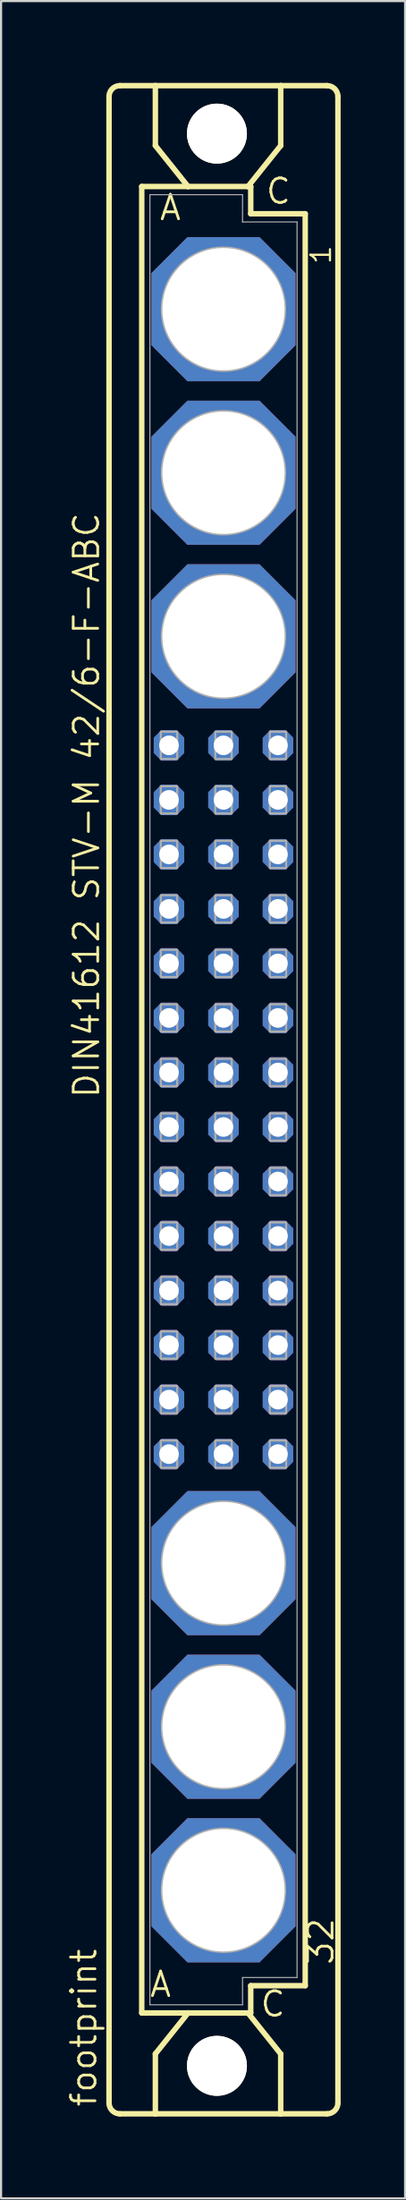
<source format=kicad_pcb>
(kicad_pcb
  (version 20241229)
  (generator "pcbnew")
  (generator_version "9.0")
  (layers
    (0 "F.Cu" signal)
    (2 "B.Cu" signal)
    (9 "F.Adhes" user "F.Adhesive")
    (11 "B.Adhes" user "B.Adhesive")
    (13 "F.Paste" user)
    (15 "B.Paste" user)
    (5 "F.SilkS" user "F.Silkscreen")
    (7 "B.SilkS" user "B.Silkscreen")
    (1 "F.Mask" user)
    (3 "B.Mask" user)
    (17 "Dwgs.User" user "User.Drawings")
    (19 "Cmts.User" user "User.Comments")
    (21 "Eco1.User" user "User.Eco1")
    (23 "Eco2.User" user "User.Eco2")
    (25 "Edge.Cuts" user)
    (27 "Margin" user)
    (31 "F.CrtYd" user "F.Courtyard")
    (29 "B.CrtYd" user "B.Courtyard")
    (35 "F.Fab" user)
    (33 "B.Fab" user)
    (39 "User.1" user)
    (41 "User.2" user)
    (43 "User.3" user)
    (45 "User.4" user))
  (footprint "footprint"
    (layer "F.Cu")
    (at 7.366 48.184)
    (property "Reference" "footprint" (at -5.842 46.99 90) (layer "F.SilkS") (effects (font (size 1.143 1.143) (thickness 0.127)) (justify left bottom)))
    (fp_line (start -5.334 46.736) (end -5.334 -46.736) (stroke (width 0.254) (type solid)) (layer "F.SilkS"))
    (fp_line (start -4.826 -47.244) (end -3.175 -47.244) (stroke (width 0.254) (type solid)) (layer "F.SilkS"))
    (fp_line (start -4.826 47.244) (end -3.175 47.244) (stroke (width 0.254) (type solid)) (layer "F.SilkS"))
    (fp_line (start -3.81 -42.545) (end -3.81 42.545) (stroke (width 0.254) (type solid)) (layer "F.SilkS"))
    (fp_line (start -3.81 42.545) (end -1.651 42.545) (stroke (width 0.254) (type solid)) (layer "F.SilkS"))
    (fp_line (start -3.175 -47.244) (end -3.175 -44.45) (stroke (width 0.254) (type solid)) (layer "F.SilkS"))
    (fp_line (start -3.175 47.244) (end -3.175 44.45) (stroke (width 0.254) (type solid)) (layer "F.SilkS"))
    (fp_line (start -3.175 47.244) (end 2.667 47.244) (stroke (width 0.254) (type solid)) (layer "F.SilkS"))
    (fp_line (start -1.651 -42.545) (end -3.81 -42.545) (stroke (width 0.254) (type solid)) (layer "F.SilkS"))
    (fp_line (start -1.651 -42.545) (end -3.175 -44.45) (stroke (width 0.254) (type solid)) (layer "F.SilkS"))
    (fp_line (start -1.651 42.545) (end -3.175 44.45) (stroke (width 0.254) (type solid)) (layer "F.SilkS"))
    (fp_line (start -1.651 42.545) (end 1.143 42.545) (stroke (width 0.254) (type solid)) (layer "F.SilkS"))
    (fp_line (start 1.143 -42.545) (end -1.651 -42.545) (stroke (width 0.254) (type solid)) (layer "F.SilkS"))
    (fp_line (start 1.143 -42.545) (end 2.667 -44.45) (stroke (width 0.254) (type solid)) (layer "F.SilkS"))
    (fp_line (start 1.143 42.545) (end 1.27 42.545) (stroke (width 0.254) (type solid)) (layer "F.SilkS"))
    (fp_line (start 1.143 42.545) (end 2.667 44.45) (stroke (width 0.254) (type solid)) (layer "F.SilkS"))
    (fp_line (start 1.27 -42.545) (end 1.143 -42.545) (stroke (width 0.254) (type solid)) (layer "F.SilkS"))
    (fp_line (start 1.27 -41.275) (end 1.27 -42.545) (stroke (width 0.254) (type solid)) (layer "F.SilkS"))
    (fp_line (start 1.27 41.275) (end 3.81 41.275) (stroke (width 0.254) (type solid)) (layer "F.SilkS"))
    (fp_line (start 1.27 42.545) (end 1.27 41.275) (stroke (width 0.254) (type solid)) (layer "F.SilkS"))
    (fp_line (start 2.667 -47.244) (end -3.175 -47.244) (stroke (width 0.254) (type solid)) (layer "F.SilkS"))
    (fp_line (start 2.667 -47.244) (end 2.667 -44.45) (stroke (width 0.254) (type solid)) (layer "F.SilkS"))
    (fp_line (start 2.667 47.244) (end 2.667 44.45) (stroke (width 0.254) (type solid)) (layer "F.SilkS"))
    (fp_line (start 2.667 47.244) (end 4.826 47.244) (stroke (width 0.254) (type solid)) (layer "F.SilkS"))
    (fp_line (start 3.81 -41.275) (end 1.27 -41.275) (stroke (width 0.254) (type solid)) (layer "F.SilkS"))
    (fp_line (start 3.81 41.275) (end 3.81 -41.275) (stroke (width 0.254) (type solid)) (layer "F.SilkS"))
    (fp_line (start 4.826 -47.244) (end 2.667 -47.244) (stroke (width 0.254) (type solid)) (layer "F.SilkS"))
    (fp_line (start 5.334 46.736) (end 5.334 -46.736) (stroke (width 0.254) (type solid)) (layer "F.SilkS"))
    (fp_arc (start -5.334 -46.736) (mid -5.18521 -47.09521) (end -4.826 -47.244) (stroke (width 0.254) (type solid)) (layer "F.SilkS"))
    (fp_arc (start -4.826 47.244) (mid -5.18521 47.09521) (end -5.334 46.736) (stroke (width 0.254) (type solid)) (layer "F.SilkS"))
    (fp_arc (start 4.826 -47.244) (mid 5.18521 -47.09521) (end 5.334 -46.736) (stroke (width 0.254) (type solid)) (layer "F.SilkS"))
    (fp_arc (start 5.334 46.736) (mid 5.18521 47.09521) (end 4.826 47.244) (stroke (width 0.254) (type solid)) (layer "F.SilkS"))
    (fp_circle (center -0.305 -45.009) (end 0.965 -45.009) (stroke (width 0.254) (type solid)) (fill no) (layer "F.SilkS"))
    (fp_circle (center -0.305 45.009) (end 0.965 45.009) (stroke (width 0.254) (type solid)) (fill no) (layer "F.SilkS"))
    (fp_line (start -3.429 -42.164) (end -3.429 42.164) (stroke (width 0.051) (type solid)) (layer "F.Fab"))
    (fp_line (start -3.429 -42.164) (end 0.889 -42.164) (stroke (width 0.051) (type solid)) (layer "F.Fab"))
    (fp_line (start -3.429 42.164) (end 0.889 42.164) (stroke (width 0.051) (type solid)) (layer "F.Fab"))
    (fp_line (start 0.889 -42.164) (end 0.889 -40.894) (stroke (width 0.051) (type solid)) (layer "F.Fab"))
    (fp_line (start 0.889 -40.894) (end 3.429 -40.894) (stroke (width 0.051) (type solid)) (layer "F.Fab"))
    (fp_line (start 0.889 40.894) (end 3.429 40.894) (stroke (width 0.051) (type solid)) (layer "F.Fab"))
    (fp_line (start 0.889 42.164) (end 0.889 40.894) (stroke (width 0.051) (type solid)) (layer "F.Fab"))
    (fp_line (start 3.429 -40.894) (end 3.429 40.894) (stroke (width 0.051) (type solid)) (layer "F.Fab"))
    (fp_circle (center 0 -36.83) (end 2.794 -36.83) (stroke (width 0.254) (type solid)) (fill no) (layer "F.Fab"))
    (fp_circle (center 0 -29.21) (end 2.794 -29.21) (stroke (width 0.254) (type solid)) (fill no) (layer "F.Fab"))
    (fp_circle (center 0 -21.59) (end 2.794 -21.59) (stroke (width 0.254) (type solid)) (fill no) (layer "F.Fab"))
    (fp_circle (center 0 21.59) (end 2.794 21.59) (stroke (width 0.254) (type solid)) (fill no) (layer "F.Fab"))
    (fp_circle (center 0 29.21) (end 2.794 29.21) (stroke (width 0.254) (type solid)) (fill no) (layer "F.Fab"))
    (fp_circle (center 0 36.83) (end 2.794 36.83) (stroke (width 0.254) (type solid)) (fill no) (layer "F.Fab"))
    (fp_poly (pts (xy -2.921 -15.875) (xy -2.159 -15.875) (xy -2.159 -17.145) (xy -2.921 -17.145)) (stroke (width 0.1) (type solid)) (fill no) (layer "F.Fab"))
    (fp_poly (pts (xy -2.921 -13.335) (xy -2.159 -13.335) (xy -2.159 -14.605) (xy -2.921 -14.605)) (stroke (width 0.1) (type solid)) (fill no) (layer "F.Fab"))
    (fp_poly (pts (xy -2.921 -10.795) (xy -2.159 -10.795) (xy -2.159 -12.065) (xy -2.921 -12.065)) (stroke (width 0.1) (type solid)) (fill no) (layer "F.Fab"))
    (fp_poly (pts (xy -2.921 -8.255) (xy -2.159 -8.255) (xy -2.159 -9.525) (xy -2.921 -9.525)) (stroke (width 0.1) (type solid)) (fill no) (layer "F.Fab"))
    (fp_poly (pts (xy -2.921 -5.715) (xy -2.159 -5.715) (xy -2.159 -6.985) (xy -2.921 -6.985)) (stroke (width 0.1) (type solid)) (fill no) (layer "F.Fab"))
    (fp_poly (pts (xy -2.921 -3.175) (xy -2.159 -3.175) (xy -2.159 -4.445) (xy -2.921 -4.445)) (stroke (width 0.1) (type solid)) (fill no) (layer "F.Fab"))
    (fp_poly (pts (xy -2.921 -0.635) (xy -2.159 -0.635) (xy -2.159 -1.905) (xy -2.921 -1.905)) (stroke (width 0.1) (type solid)) (fill no) (layer "F.Fab"))
    (fp_poly (pts (xy -2.921 1.905) (xy -2.159 1.905) (xy -2.159 0.635) (xy -2.921 0.635)) (stroke (width 0.1) (type solid)) (fill no) (layer "F.Fab"))
    (fp_poly (pts (xy -2.921 4.445) (xy -2.159 4.445) (xy -2.159 3.175) (xy -2.921 3.175)) (stroke (width 0.1) (type solid)) (fill no) (layer "F.Fab"))
    (fp_poly (pts (xy -2.921 6.985) (xy -2.159 6.985) (xy -2.159 5.715) (xy -2.921 5.715)) (stroke (width 0.1) (type solid)) (fill no) (layer "F.Fab"))
    (fp_poly (pts (xy -2.921 9.525) (xy -2.159 9.525) (xy -2.159 8.255) (xy -2.921 8.255)) (stroke (width 0.1) (type solid)) (fill no) (layer "F.Fab"))
    (fp_poly (pts (xy -2.921 12.065) (xy -2.159 12.065) (xy -2.159 10.795) (xy -2.921 10.795)) (stroke (width 0.1) (type solid)) (fill no) (layer "F.Fab"))
    (fp_poly (pts (xy -2.921 14.605) (xy -2.159 14.605) (xy -2.159 13.335) (xy -2.921 13.335)) (stroke (width 0.1) (type solid)) (fill no) (layer "F.Fab"))
    (fp_poly (pts (xy -2.921 17.145) (xy -2.159 17.145) (xy -2.159 15.875) (xy -2.921 15.875)) (stroke (width 0.1) (type solid)) (fill no) (layer "F.Fab"))
    (fp_poly (pts (xy -0.381 -15.875) (xy 0.381 -15.875) (xy 0.381 -17.145) (xy -0.381 -17.145)) (stroke (width 0.1) (type solid)) (fill no) (layer "F.Fab"))
    (fp_poly (pts (xy -0.381 -13.335) (xy 0.381 -13.335) (xy 0.381 -14.605) (xy -0.381 -14.605)) (stroke (width 0.1) (type solid)) (fill no) (layer "F.Fab"))
    (fp_poly (pts (xy -0.381 -10.795) (xy 0.381 -10.795) (xy 0.381 -12.065) (xy -0.381 -12.065)) (stroke (width 0.1) (type solid)) (fill no) (layer "F.Fab"))
    (fp_poly (pts (xy -0.381 -8.255) (xy 0.381 -8.255) (xy 0.381 -9.525) (xy -0.381 -9.525)) (stroke (width 0.1) (type solid)) (fill no) (layer "F.Fab"))
    (fp_poly (pts (xy -0.381 -5.715) (xy 0.381 -5.715) (xy 0.381 -6.985) (xy -0.381 -6.985)) (stroke (width 0.1) (type solid)) (fill no) (layer "F.Fab"))
    (fp_poly (pts (xy -0.381 -3.175) (xy 0.381 -3.175) (xy 0.381 -4.445) (xy -0.381 -4.445)) (stroke (width 0.1) (type solid)) (fill no) (layer "F.Fab"))
    (fp_poly (pts (xy -0.381 -0.635) (xy 0.381 -0.635) (xy 0.381 -1.905) (xy -0.381 -1.905)) (stroke (width 0.1) (type solid)) (fill no) (layer "F.Fab"))
    (fp_poly (pts (xy -0.381 1.905) (xy 0.381 1.905) (xy 0.381 0.635) (xy -0.381 0.635)) (stroke (width 0.1) (type solid)) (fill no) (layer "F.Fab"))
    (fp_poly (pts (xy -0.381 4.445) (xy 0.381 4.445) (xy 0.381 3.175) (xy -0.381 3.175)) (stroke (width 0.1) (type solid)) (fill no) (layer "F.Fab"))
    (fp_poly (pts (xy -0.381 6.985) (xy 0.381 6.985) (xy 0.381 5.715) (xy -0.381 5.715)) (stroke (width 0.1) (type solid)) (fill no) (layer "F.Fab"))
    (fp_poly (pts (xy -0.381 9.525) (xy 0.381 9.525) (xy 0.381 8.255) (xy -0.381 8.255)) (stroke (width 0.1) (type solid)) (fill no) (layer "F.Fab"))
    (fp_poly (pts (xy -0.381 12.065) (xy 0.381 12.065) (xy 0.381 10.795) (xy -0.381 10.795)) (stroke (width 0.1) (type solid)) (fill no) (layer "F.Fab"))
    (fp_poly (pts (xy -0.381 14.605) (xy 0.381 14.605) (xy 0.381 13.335) (xy -0.381 13.335)) (stroke (width 0.1) (type solid)) (fill no) (layer "F.Fab"))
    (fp_poly (pts (xy -0.381 17.145) (xy 0.381 17.145) (xy 0.381 15.875) (xy -0.381 15.875)) (stroke (width 0.1) (type solid)) (fill no) (layer "F.Fab"))
    (fp_poly (pts (xy 2.159 -15.875) (xy 2.921 -15.875) (xy 2.921 -17.145) (xy 2.159 -17.145)) (stroke (width 0.1) (type solid)) (fill no) (layer "F.Fab"))
    (fp_poly (pts (xy 2.159 -13.335) (xy 2.921 -13.335) (xy 2.921 -14.605) (xy 2.159 -14.605)) (stroke (width 0.1) (type solid)) (fill no) (layer "F.Fab"))
    (fp_poly (pts (xy 2.159 -10.795) (xy 2.921 -10.795) (xy 2.921 -12.065) (xy 2.159 -12.065)) (stroke (width 0.1) (type solid)) (fill no) (layer "F.Fab"))
    (fp_poly (pts (xy 2.159 -8.255) (xy 2.921 -8.255) (xy 2.921 -9.525) (xy 2.159 -9.525)) (stroke (width 0.1) (type solid)) (fill no) (layer "F.Fab"))
    (fp_poly (pts (xy 2.159 -5.715) (xy 2.921 -5.715) (xy 2.921 -6.985) (xy 2.159 -6.985)) (stroke (width 0.1) (type solid)) (fill no) (layer "F.Fab"))
    (fp_poly (pts (xy 2.159 -3.175) (xy 2.921 -3.175) (xy 2.921 -4.445) (xy 2.159 -4.445)) (stroke (width 0.1) (type solid)) (fill no) (layer "F.Fab"))
    (fp_poly (pts (xy 2.159 -0.635) (xy 2.921 -0.635) (xy 2.921 -1.905) (xy 2.159 -1.905)) (stroke (width 0.1) (type solid)) (fill no) (layer "F.Fab"))
    (fp_poly (pts (xy 2.159 1.905) (xy 2.921 1.905) (xy 2.921 0.635) (xy 2.159 0.635)) (stroke (width 0.1) (type solid)) (fill no) (layer "F.Fab"))
    (fp_poly (pts (xy 2.159 4.445) (xy 2.921 4.445) (xy 2.921 3.175) (xy 2.159 3.175)) (stroke (width 0.1) (type solid)) (fill no) (layer "F.Fab"))
    (fp_poly (pts (xy 2.159 6.985) (xy 2.921 6.985) (xy 2.921 5.715) (xy 2.159 5.715)) (stroke (width 0.1) (type solid)) (fill no) (layer "F.Fab"))
    (fp_poly (pts (xy 2.159 9.525) (xy 2.921 9.525) (xy 2.921 8.255) (xy 2.159 8.255)) (stroke (width 0.1) (type solid)) (fill no) (layer "F.Fab"))
    (fp_poly (pts (xy 2.159 12.065) (xy 2.921 12.065) (xy 2.921 10.795) (xy 2.159 10.795)) (stroke (width 0.1) (type solid)) (fill no) (layer "F.Fab"))
    (fp_poly (pts (xy 2.159 14.605) (xy 2.921 14.605) (xy 2.921 13.335) (xy 2.159 13.335)) (stroke (width 0.1) (type solid)) (fill no) (layer "F.Fab"))
    (fp_poly (pts (xy 2.159 17.145) (xy 2.921 17.145) (xy 2.921 15.875) (xy 2.159 15.875)) (stroke (width 0.1) (type solid)) (fill no) (layer "F.Fab"))
    (fp_text user "1" (at 5.08 -38.862 90) (layer "F.SilkS") (effects (font (size 0.914 0.914) (thickness 0.102)) (justify left bottom)))
    (fp_text user "DIN41612 STV-M 42/6-F-ABC" (at -5.715 0 90) (layer "F.SilkS") (effects (font (size 1.143 1.143) (thickness 0.127)) (justify left bottom)))
    (fp_text user "32" (at 5.207 40.386 90) (layer "F.SilkS") (effects (font (size 1.143 1.143) (thickness 0.127)) (justify left bottom)))
    (fp_text user " C " (at 0.778 42.799 0) (layer "F.SilkS") (effects (font (size 1.143 1.143) (thickness 0.127)) (justify left bottom)))
    (fp_text user " A " (at -4.375 41.883 0) (layer "F.SilkS") (effects (font (size 1.143 1.143) (thickness 0.127)) (justify left bottom)))
    (fp_text user "C" (at 1.905 -41.656 0) (layer "F.SilkS") (effects (font (size 1.143 1.143) (thickness 0.127)) (justify left bottom)))
    (fp_text user "A" (at -3.048 -40.894 0) (layer "F.SilkS") (effects (font (size 1.143 1.143) (thickness 0.127)) (justify left bottom)))
    (pad "" np_thru_hole circle (at -0.305 -45.009) (size 2.794 2.794) (drill 2.794) (layers "*.Cu" "*.Mask"))
    (pad "" np_thru_hole circle (at -0.305 45.009) (size 2.794 2.794) (drill 2.794) (layers "*.Cu" "*.Mask"))
    (pad "1" thru_hole roundrect (at 0 -36.83) (size 6.716 6.716) (drill 5.7) (layers "*.Cu" "*.Mask") (roundrect_rratio 0.25) (chamfer_ratio 0.25) (chamfer top_left top_right bottom_left bottom_right))
    (pad "2" thru_hole roundrect (at 0 -29.21) (size 6.716 6.716) (drill 5.7) (layers "*.Cu" "*.Mask") (roundrect_rratio 0.25) (chamfer_ratio 0.25) (chamfer top_left top_right bottom_left bottom_right))
    (pad "3" thru_hole roundrect (at 0 -21.59) (size 6.716 6.716) (drill 5.7) (layers "*.Cu" "*.Mask") (roundrect_rratio 0.25) (chamfer_ratio 0.25) (chamfer top_left top_right bottom_left bottom_right))
    (pad "4" thru_hole roundrect (at 0 21.59) (size 6.716 6.716) (drill 5.7) (layers "*.Cu" "*.Mask") (roundrect_rratio 0.25) (chamfer_ratio 0.25) (chamfer top_left top_right bottom_left bottom_right))
    (pad "5" thru_hole roundrect (at 0 29.21) (size 6.716 6.716) (drill 5.7) (layers "*.Cu" "*.Mask") (roundrect_rratio 0.25) (chamfer_ratio 0.25) (chamfer top_left top_right bottom_left bottom_right))
    (pad "6" thru_hole roundrect (at 0 36.83) (size 6.716 6.716) (drill 5.7) (layers "*.Cu" "*.Mask") (roundrect_rratio 0.25) (chamfer_ratio 0.25) (chamfer top_left top_right bottom_left bottom_right))
    (pad "A10" thru_hole roundrect (at -2.54 -16.51) (size 1.422 1.422) (drill 0.914) (layers "*.Cu" "*.Mask") (roundrect_rratio 0.25) (chamfer_ratio 0.25) (chamfer top_left top_right bottom_left bottom_right))
    (pad "A11" thru_hole roundrect (at -2.54 -13.97) (size 1.422 1.422) (drill 0.914) (layers "*.Cu" "*.Mask") (roundrect_rratio 0.25) (chamfer_ratio 0.25) (chamfer top_left top_right bottom_left bottom_right))
    (pad "A12" thru_hole roundrect (at -2.54 -11.43) (size 1.422 1.422) (drill 0.914) (layers "*.Cu" "*.Mask") (roundrect_rratio 0.25) (chamfer_ratio 0.25) (chamfer top_left top_right bottom_left bottom_right))
    (pad "A13" thru_hole roundrect (at -2.54 -8.89) (size 1.422 1.422) (drill 0.914) (layers "*.Cu" "*.Mask") (roundrect_rratio 0.25) (chamfer_ratio 0.25) (chamfer top_left top_right bottom_left bottom_right))
    (pad "A14" thru_hole roundrect (at -2.54 -6.35) (size 1.422 1.422) (drill 0.914) (layers "*.Cu" "*.Mask") (roundrect_rratio 0.25) (chamfer_ratio 0.25) (chamfer top_left top_right bottom_left bottom_right))
    (pad "A15" thru_hole roundrect (at -2.54 -3.81) (size 1.422 1.422) (drill 0.914) (layers "*.Cu" "*.Mask") (roundrect_rratio 0.25) (chamfer_ratio 0.25) (chamfer top_left top_right bottom_left bottom_right))
    (pad "A16" thru_hole roundrect (at -2.54 -1.27) (size 1.422 1.422) (drill 0.914) (layers "*.Cu" "*.Mask") (roundrect_rratio 0.25) (chamfer_ratio 0.25) (chamfer top_left top_right bottom_left bottom_right))
    (pad "A17" thru_hole roundrect (at -2.54 1.27) (size 1.422 1.422) (drill 0.914) (layers "*.Cu" "*.Mask") (roundrect_rratio 0.25) (chamfer_ratio 0.25) (chamfer top_left top_right bottom_left bottom_right))
    (pad "A18" thru_hole roundrect (at -2.54 3.81) (size 1.422 1.422) (drill 0.914) (layers "*.Cu" "*.Mask") (roundrect_rratio 0.25) (chamfer_ratio 0.25) (chamfer top_left top_right bottom_left bottom_right))
    (pad "A19" thru_hole roundrect (at -2.54 6.35) (size 1.422 1.422) (drill 0.914) (layers "*.Cu" "*.Mask") (roundrect_rratio 0.25) (chamfer_ratio 0.25) (chamfer top_left top_right bottom_left bottom_right))
    (pad "A20" thru_hole roundrect (at -2.54 8.89) (size 1.422 1.422) (drill 0.914) (layers "*.Cu" "*.Mask") (roundrect_rratio 0.25) (chamfer_ratio 0.25) (chamfer top_left top_right bottom_left bottom_right))
    (pad "A21" thru_hole roundrect (at -2.54 11.43) (size 1.422 1.422) (drill 0.914) (layers "*.Cu" "*.Mask") (roundrect_rratio 0.25) (chamfer_ratio 0.25) (chamfer top_left top_right bottom_left bottom_right))
    (pad "A22" thru_hole roundrect (at -2.54 13.97) (size 1.422 1.422) (drill 0.914) (layers "*.Cu" "*.Mask") (roundrect_rratio 0.25) (chamfer_ratio 0.25) (chamfer top_left top_right bottom_left bottom_right))
    (pad "A23" thru_hole roundrect (at -2.54 16.51) (size 1.422 1.422) (drill 0.914) (layers "*.Cu" "*.Mask") (roundrect_rratio 0.25) (chamfer_ratio 0.25) (chamfer top_left top_right bottom_left bottom_right))
    (pad "B10" thru_hole roundrect (at 0 -16.51) (size 1.422 1.422) (drill 0.914) (layers "*.Cu" "*.Mask") (roundrect_rratio 0.25) (chamfer_ratio 0.25) (chamfer top_left top_right bottom_left bottom_right))
    (pad "B11" thru_hole roundrect (at 0 -13.97) (size 1.422 1.422) (drill 0.914) (layers "*.Cu" "*.Mask") (roundrect_rratio 0.25) (chamfer_ratio 0.25) (chamfer top_left top_right bottom_left bottom_right))
    (pad "B12" thru_hole roundrect (at 0 -11.43) (size 1.422 1.422) (drill 0.914) (layers "*.Cu" "*.Mask") (roundrect_rratio 0.25) (chamfer_ratio 0.25) (chamfer top_left top_right bottom_left bottom_right))
    (pad "B13" thru_hole roundrect (at 0 -8.89) (size 1.422 1.422) (drill 0.914) (layers "*.Cu" "*.Mask") (roundrect_rratio 0.25) (chamfer_ratio 0.25) (chamfer top_left top_right bottom_left bottom_right))
    (pad "B14" thru_hole roundrect (at 0 -6.35) (size 1.422 1.422) (drill 0.914) (layers "*.Cu" "*.Mask") (roundrect_rratio 0.25) (chamfer_ratio 0.25) (chamfer top_left top_right bottom_left bottom_right))
    (pad "B15" thru_hole roundrect (at 0 -3.81) (size 1.422 1.422) (drill 0.914) (layers "*.Cu" "*.Mask") (roundrect_rratio 0.25) (chamfer_ratio 0.25) (chamfer top_left top_right bottom_left bottom_right))
    (pad "B16" thru_hole roundrect (at 0 -1.27) (size 1.422 1.422) (drill 0.914) (layers "*.Cu" "*.Mask") (roundrect_rratio 0.25) (chamfer_ratio 0.25) (chamfer top_left top_right bottom_left bottom_right))
    (pad "B17" thru_hole roundrect (at 0 1.27) (size 1.422 1.422) (drill 0.914) (layers "*.Cu" "*.Mask") (roundrect_rratio 0.25) (chamfer_ratio 0.25) (chamfer top_left top_right bottom_left bottom_right))
    (pad "B18" thru_hole roundrect (at 0 3.81) (size 1.422 1.422) (drill 0.914) (layers "*.Cu" "*.Mask") (roundrect_rratio 0.25) (chamfer_ratio 0.25) (chamfer top_left top_right bottom_left bottom_right))
    (pad "B19" thru_hole roundrect (at 0 6.35) (size 1.422 1.422) (drill 0.914) (layers "*.Cu" "*.Mask") (roundrect_rratio 0.25) (chamfer_ratio 0.25) (chamfer top_left top_right bottom_left bottom_right))
    (pad "B20" thru_hole roundrect (at 0 8.89) (size 1.422 1.422) (drill 0.914) (layers "*.Cu" "*.Mask") (roundrect_rratio 0.25) (chamfer_ratio 0.25) (chamfer top_left top_right bottom_left bottom_right))
    (pad "B21" thru_hole roundrect (at 0 11.43) (size 1.422 1.422) (drill 0.914) (layers "*.Cu" "*.Mask") (roundrect_rratio 0.25) (chamfer_ratio 0.25) (chamfer top_left top_right bottom_left bottom_right))
    (pad "B22" thru_hole roundrect (at 0 13.97) (size 1.422 1.422) (drill 0.914) (layers "*.Cu" "*.Mask") (roundrect_rratio 0.25) (chamfer_ratio 0.25) (chamfer top_left top_right bottom_left bottom_right))
    (pad "B23" thru_hole roundrect (at 0 16.51) (size 1.422 1.422) (drill 0.914) (layers "*.Cu" "*.Mask") (roundrect_rratio 0.25) (chamfer_ratio 0.25) (chamfer top_left top_right bottom_left bottom_right))
    (pad "C10" thru_hole roundrect (at 2.54 -16.51) (size 1.422 1.422) (drill 0.914) (layers "*.Cu" "*.Mask") (roundrect_rratio 0.25) (chamfer_ratio 0.25) (chamfer top_left top_right bottom_left bottom_right))
    (pad "C11" thru_hole roundrect (at 2.54 -13.97) (size 1.422 1.422) (drill 0.914) (layers "*.Cu" "*.Mask") (roundrect_rratio 0.25) (chamfer_ratio 0.25) (chamfer top_left top_right bottom_left bottom_right))
    (pad "C12" thru_hole roundrect (at 2.54 -11.43) (size 1.422 1.422) (drill 0.914) (layers "*.Cu" "*.Mask") (roundrect_rratio 0.25) (chamfer_ratio 0.25) (chamfer top_left top_right bottom_left bottom_right))
    (pad "C13" thru_hole roundrect (at 2.54 -8.89) (size 1.422 1.422) (drill 0.914) (layers "*.Cu" "*.Mask") (roundrect_rratio 0.25) (chamfer_ratio 0.25) (chamfer top_left top_right bottom_left bottom_right))
    (pad "C14" thru_hole roundrect (at 2.54 -6.35) (size 1.422 1.422) (drill 0.914) (layers "*.Cu" "*.Mask") (roundrect_rratio 0.25) (chamfer_ratio 0.25) (chamfer top_left top_right bottom_left bottom_right))
    (pad "C15" thru_hole roundrect (at 2.54 -3.81) (size 1.422 1.422) (drill 0.914) (layers "*.Cu" "*.Mask") (roundrect_rratio 0.25) (chamfer_ratio 0.25) (chamfer top_left top_right bottom_left bottom_right))
    (pad "C16" thru_hole roundrect (at 2.54 -1.27) (size 1.422 1.422) (drill 0.914) (layers "*.Cu" "*.Mask") (roundrect_rratio 0.25) (chamfer_ratio 0.25) (chamfer top_left top_right bottom_left bottom_right))
    (pad "C17" thru_hole roundrect (at 2.54 1.27) (size 1.422 1.422) (drill 0.914) (layers "*.Cu" "*.Mask") (roundrect_rratio 0.25) (chamfer_ratio 0.25) (chamfer top_left top_right bottom_left bottom_right))
    (pad "C18" thru_hole roundrect (at 2.54 3.81) (size 1.422 1.422) (drill 0.914) (layers "*.Cu" "*.Mask") (roundrect_rratio 0.25) (chamfer_ratio 0.25) (chamfer top_left top_right bottom_left bottom_right))
    (pad "C19" thru_hole roundrect (at 2.54 6.35) (size 1.422 1.422) (drill 0.914) (layers "*.Cu" "*.Mask") (roundrect_rratio 0.25) (chamfer_ratio 0.25) (chamfer top_left top_right bottom_left bottom_right))
    (pad "C20" thru_hole roundrect (at 2.54 8.89) (size 1.422 1.422) (drill 0.914) (layers "*.Cu" "*.Mask") (roundrect_rratio 0.25) (chamfer_ratio 0.25) (chamfer top_left top_right bottom_left bottom_right))
    (pad "C21" thru_hole roundrect (at 2.54 11.43) (size 1.422 1.422) (drill 0.914) (layers "*.Cu" "*.Mask") (roundrect_rratio 0.25) (chamfer_ratio 0.25) (chamfer top_left top_right bottom_left bottom_right))
    (pad "C22" thru_hole roundrect (at 2.54 13.97) (size 1.422 1.422) (drill 0.914) (layers "*.Cu" "*.Mask") (roundrect_rratio 0.25) (chamfer_ratio 0.25) (chamfer top_left top_right bottom_left bottom_right))
    (pad "C23" thru_hole roundrect (at 2.54 16.51) (size 1.422 1.422) (drill 0.914) (layers "*.Cu" "*.Mask") (roundrect_rratio 0.25) (chamfer_ratio 0.25) (chamfer top_left top_right bottom_left bottom_right))
    (zone (net_name "") (layers "F.Cu" "B.Cu") (hatch edge 0.508) (connect_pads) (min_thickness 0.254) (filled_areas_thickness no) (keepout (tracks allowed) (vias not_allowed) (pads allowed) (copperpour allowed) (footprints allowed)) (placement (enabled no)) (fill) (polygon (pts (xy 10.236 3.175) (xy 10.188 2.624) (xy 10.045 2.089) (xy 9.811 1.587) (xy 9.493 1.134) (xy 9.102 0.743) (xy 8.649 0.425) (xy 8.147 0.191) (xy 7.613 0.048) (xy 7.061 0) (xy 6.51 0.048) (xy 5.975 0.191) (xy 5.474 0.425) (xy 5.02 0.743) (xy 4.629 1.134) (xy 4.312 1.587) (xy 4.078 2.089) (xy 3.934 2.624) (xy 3.886 3.175) (xy 3.934 3.726) (xy 4.078 4.261) (xy 4.312 4.763) (xy 4.629 5.216) (xy 5.02 5.607) (xy 5.474 5.925) (xy 5.975 6.159) (xy 6.51 6.302) (xy 7.061 6.35) (xy 7.613 6.302) (xy 8.147 6.159) (xy 8.649 5.925) (xy 9.102 5.607) (xy 9.493 5.216) (xy 9.811 4.763) (xy 10.045 4.261) (xy 10.188 3.726))) (polygon (pts (xy 8.458 3.175) (xy 8.437 2.932) (xy 8.374 2.697) (xy 8.271 2.477) (xy 8.131 2.277) (xy 7.959 2.105) (xy 7.76 1.965) (xy 7.539 1.862) (xy 7.304 1.799) (xy 7.061 1.778) (xy 6.819 1.799) (xy 6.583 1.862) (xy 6.363 1.965) (xy 6.163 2.105) (xy 5.991 2.277) (xy 5.851 2.477) (xy 5.748 2.697) (xy 5.685 2.932) (xy 5.664 3.175) (xy 5.685 3.418) (xy 5.748 3.653) (xy 5.851 3.873) (xy 5.991 4.073) (xy 6.163 4.245) (xy 6.363 4.385) (xy 6.583 4.488) (xy 6.819 4.551) (xy 7.061 4.572) (xy 7.304 4.551) (xy 7.539 4.488) (xy 7.76 4.385) (xy 7.959 4.245) (xy 8.131 4.073) (xy 8.271 3.873) (xy 8.374 3.653) (xy 8.437 3.418))))
    (zone (net_name "") (layers "F.Cu" "B.Cu") (hatch edge 0.508) (connect_pads) (min_thickness 0.254) (filled_areas_thickness no) (keepout (tracks allowed) (vias not_allowed) (pads allowed) (copperpour allowed) (footprints allowed)) (placement (enabled no)) (fill) (polygon (pts (xy 10.236 93.193) (xy 10.188 92.641) (xy 10.045 92.107) (xy 9.811 91.605) (xy 9.493 91.152) (xy 9.102 90.76) (xy 8.649 90.443) (xy 8.147 90.209) (xy 7.613 90.066) (xy 7.061 90.018) (xy 6.51 90.066) (xy 5.975 90.209) (xy 5.474 90.443) (xy 5.02 90.76) (xy 4.629 91.152) (xy 4.312 91.605) (xy 4.078 92.107) (xy 3.934 92.641) (xy 3.886 93.193) (xy 3.934 93.744) (xy 4.078 94.279) (xy 4.312 94.78) (xy 4.629 95.233) (xy 5.02 95.625) (xy 5.474 95.942) (xy 5.975 96.176) (xy 6.51 96.319) (xy 7.061 96.368) (xy 7.613 96.319) (xy 8.147 96.176) (xy 8.649 95.942) (xy 9.102 95.625) (xy 9.493 95.233) (xy 9.811 94.78) (xy 10.045 94.279) (xy 10.188 93.744))) (polygon (pts (xy 8.458 93.193) (xy 8.437 92.95) (xy 8.374 92.715) (xy 8.271 92.494) (xy 8.131 92.295) (xy 7.959 92.122) (xy 7.76 91.983) (xy 7.539 91.88) (xy 7.304 91.817) (xy 7.061 91.796) (xy 6.819 91.817) (xy 6.583 91.88) (xy 6.363 91.983) (xy 6.163 92.122) (xy 5.991 92.295) (xy 5.851 92.494) (xy 5.748 92.715) (xy 5.685 92.95) (xy 5.664 93.193) (xy 5.685 93.435) (xy 5.748 93.67) (xy 5.851 93.891) (xy 5.991 94.091) (xy 6.163 94.263) (xy 6.363 94.402) (xy 6.583 94.505) (xy 6.819 94.568) (xy 7.061 94.59) (xy 7.304 94.568) (xy 7.539 94.505) (xy 7.76 94.402) (xy 7.959 94.263) (xy 8.131 94.091) (xy 8.271 93.891) (xy 8.374 93.67) (xy 8.437 93.435))))
    (zone (net_name "") (layer "B.Cu") (hatch edge 0.508) (connect_pads) (min_thickness 0.254) (filled_areas_thickness no) (keepout (tracks not_allowed) (vias not_allowed) (pads not_allowed) (copperpour not_allowed) (footprints allowed)) (placement (enabled no)) (fill) (polygon (pts (xy 10.236 3.175) (xy 10.188 2.624) (xy 10.045 2.089) (xy 9.811 1.587) (xy 9.493 1.134) (xy 9.102 0.743) (xy 8.649 0.425) (xy 8.147 0.191) (xy 7.613 0.048) (xy 7.061 0) (xy 6.51 0.048) (xy 5.975 0.191) (xy 5.474 0.425) (xy 5.02 0.743) (xy 4.629 1.134) (xy 4.312 1.587) (xy 4.078 2.089) (xy 3.934 2.624) (xy 3.886 3.175) (xy 3.934 3.726) (xy 4.078 4.261) (xy 4.312 4.763) (xy 4.629 5.216) (xy 5.02 5.607) (xy 5.474 5.925) (xy 5.975 6.159) (xy 6.51 6.302) (xy 7.061 6.35) (xy 7.613 6.302) (xy 8.147 6.159) (xy 8.649 5.925) (xy 9.102 5.607) (xy 9.493 5.216) (xy 9.811 4.763) (xy 10.045 4.261) (xy 10.188 3.726))) (polygon (pts (xy 8.458 3.175) (xy 8.437 2.932) (xy 8.374 2.697) (xy 8.271 2.477) (xy 8.131 2.277) (xy 7.959 2.105) (xy 7.76 1.965) (xy 7.539 1.862) (xy 7.304 1.799) (xy 7.061 1.778) (xy 6.819 1.799) (xy 6.583 1.862) (xy 6.363 1.965) (xy 6.163 2.105) (xy 5.991 2.277) (xy 5.851 2.477) (xy 5.748 2.697) (xy 5.685 2.932) (xy 5.664 3.175) (xy 5.685 3.418) (xy 5.748 3.653) (xy 5.851 3.873) (xy 5.991 4.073) (xy 6.163 4.245) (xy 6.363 4.385) (xy 6.583 4.488) (xy 6.819 4.551) (xy 7.061 4.572) (xy 7.304 4.551) (xy 7.539 4.488) (xy 7.76 4.385) (xy 7.959 4.245) (xy 8.131 4.073) (xy 8.271 3.873) (xy 8.374 3.653) (xy 8.437 3.418))))
    (zone (net_name "") (layer "B.Cu") (hatch edge 0.508) (connect_pads) (min_thickness 0.254) (filled_areas_thickness no) (keepout (tracks not_allowed) (vias not_allowed) (pads not_allowed) (copperpour not_allowed) (footprints allowed)) (placement (enabled no)) (fill) (polygon (pts (xy 10.236 93.193) (xy 10.188 92.641) (xy 10.045 92.107) (xy 9.811 91.605) (xy 9.493 91.152) (xy 9.102 90.76) (xy 8.649 90.443) (xy 8.147 90.209) (xy 7.613 90.066) (xy 7.061 90.018) (xy 6.51 90.066) (xy 5.975 90.209) (xy 5.474 90.443) (xy 5.02 90.76) (xy 4.629 91.152) (xy 4.312 91.605) (xy 4.078 92.107) (xy 3.934 92.641) (xy 3.886 93.193) (xy 3.934 93.744) (xy 4.078 94.279) (xy 4.312 94.78) (xy 4.629 95.233) (xy 5.02 95.625) (xy 5.474 95.942) (xy 5.975 96.176) (xy 6.51 96.319) (xy 7.061 96.368) (xy 7.613 96.319) (xy 8.147 96.176) (xy 8.649 95.942) (xy 9.102 95.625) (xy 9.493 95.233) (xy 9.811 94.78) (xy 10.045 94.279) (xy 10.188 93.744))) (polygon (pts (xy 8.458 93.193) (xy 8.437 92.95) (xy 8.374 92.715) (xy 8.271 92.494) (xy 8.131 92.295) (xy 7.959 92.122) (xy 7.76 91.983) (xy 7.539 91.88) (xy 7.304 91.817) (xy 7.061 91.796) (xy 6.819 91.817) (xy 6.583 91.88) (xy 6.363 91.983) (xy 6.163 92.122) (xy 5.991 92.295) (xy 5.851 92.494) (xy 5.748 92.715) (xy 5.685 92.95) (xy 5.664 93.193) (xy 5.685 93.435) (xy 5.748 93.67) (xy 5.851 93.891) (xy 5.991 94.091) (xy 6.163 94.263) (xy 6.363 94.402) (xy 6.583 94.505) (xy 6.819 94.568) (xy 7.061 94.59) (xy 7.304 94.568) (xy 7.539 94.505) (xy 7.76 94.402) (xy 7.959 94.263) (xy 8.131 94.091) (xy 8.271 93.891) (xy 8.374 93.67) (xy 8.437 93.435)))))
  (gr_rect
    (start -3 -3)
    (end 15.832 99.368)
    (stroke (width 0.1) (type default))
    (fill no)
    (layer "Edge.Cuts")))
</source>
